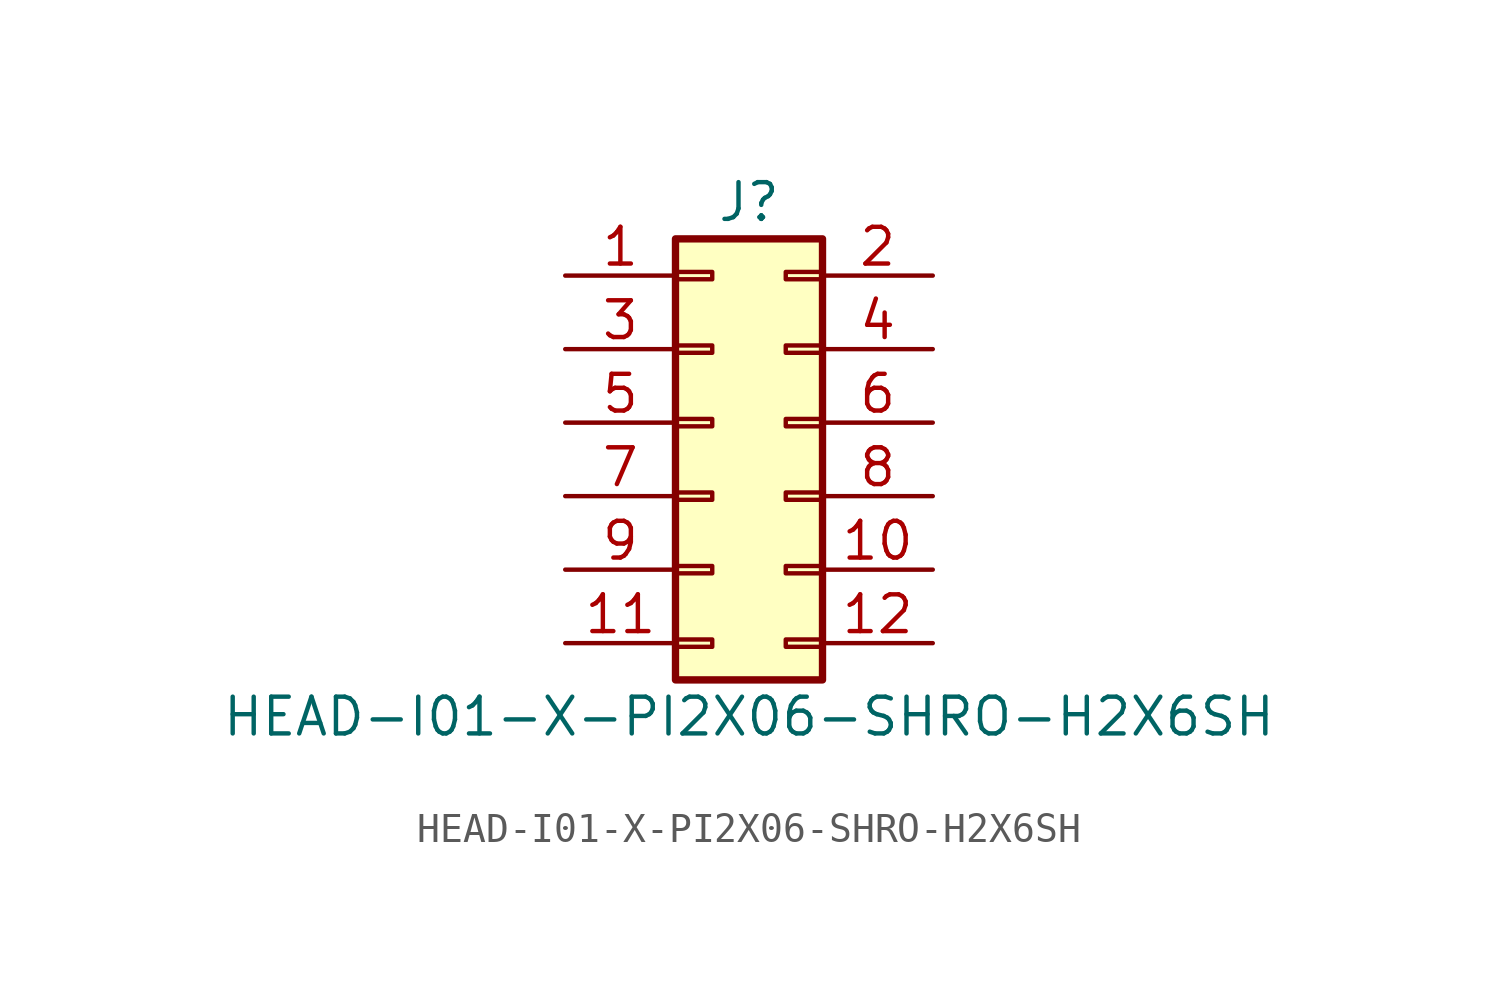
<source format=kicad_sym>
(kicad_symbol_lib
  (version 20211014)
  (generator kicad_symbol_editor)
  (symbol "HEAD-I01-X-PI2X06-SHRO-H2X6SH"
    (pin_names
      (offset 1.016) hide)
    (property "Reference" "J"
      (at 1.27 7.62 0)
      (effects (font (size 1.27 1.27))))
    (property "Value" "HEAD-I01-X-PI2X06-SHRO-H2X6SH"
      (at 1.27 -10.16 0)
      (effects (font (size 1.27 1.27))))
    (symbol "HEAD-I01-X-PI2X06-SHRO-H2X6SH_1_1"
      (rectangle (start -1.27 -7.493) (end 0 -7.747) (stroke (width 0.152) (type default) (color 0 0 0 0)) (fill (type none)))
      (rectangle (start -1.27 -4.953) (end 0 -5.207) (stroke (width 0.152) (type default) (color 0 0 0 0)) (fill (type none)))
      (rectangle (start -1.27 -2.413) (end 0 -2.667) (stroke (width 0.152) (type default) (color 0 0 0 0)) (fill (type none)))
      (rectangle (start -1.27 0.127) (end 0 -0.127) (stroke (width 0.152) (type default) (color 0 0 0 0)) (fill (type none)))
      (rectangle (start -1.27 2.667) (end 0 2.413) (stroke (width 0.152) (type default) (color 0 0 0 0)) (fill (type none)))
      (rectangle (start -1.27 5.207) (end 0 4.953) (stroke (width 0.152) (type default) (color 0 0 0 0)) (fill (type none)))
      (rectangle (start -1.27 6.35) (end 3.81 -8.89) (stroke (width 0.254) (type default) (color 0 0 0 0)) (fill (type background)))
      (rectangle (start 3.81 -7.493) (end 2.54 -7.747) (stroke (width 0.152) (type default) (color 0 0 0 0)) (fill (type none)))
      (rectangle (start 3.81 -4.953) (end 2.54 -5.207) (stroke (width 0.152) (type default) (color 0 0 0 0)) (fill (type none)))
      (rectangle (start 3.81 -2.413) (end 2.54 -2.667) (stroke (width 0.152) (type default) (color 0 0 0 0)) (fill (type none)))
      (rectangle (start 3.81 0.127) (end 2.54 -0.127) (stroke (width 0.152) (type default) (color 0 0 0 0)) (fill (type none)))
      (rectangle (start 3.81 2.667) (end 2.54 2.413) (stroke (width 0.152) (type default) (color 0 0 0 0)) (fill (type none)))
      (rectangle (start 3.81 5.207) (end 2.54 4.953) (stroke (width 0.152) (type default) (color 0 0 0 0)) (fill (type none)))
      (pin passive line (at -5.08 5.08 0) (length 3.81) (name "Pin_1" (effects (font (size 1.27 1.27)))) (number "1" (effects (font (size 1.27 1.27)))))
      (pin passive line (at 7.62 -5.08 180) (length 3.81) (name "Pin_10" (effects (font (size 1.27 1.27)))) (number "10" (effects (font (size 1.27 1.27)))))
      (pin passive line (at -5.08 -7.62 0) (length 3.81) (name "Pin_11" (effects (font (size 1.27 1.27)))) (number "11" (effects (font (size 1.27 1.27)))))
      (pin passive line (at 7.62 -7.62 180) (length 3.81) (name "Pin_12" (effects (font (size 1.27 1.27)))) (number "12" (effects (font (size 1.27 1.27)))))
      (pin passive line (at 7.62 5.08 180) (length 3.81) (name "Pin_2" (effects (font (size 1.27 1.27)))) (number "2" (effects (font (size 1.27 1.27)))))
      (pin passive line (at -5.08 2.54 0) (length 3.81) (name "Pin_3" (effects (font (size 1.27 1.27)))) (number "3" (effects (font (size 1.27 1.27)))))
      (pin passive line (at 7.62 2.54 180) (length 3.81) (name "Pin_4" (effects (font (size 1.27 1.27)))) (number "4" (effects (font (size 1.27 1.27)))))
      (pin passive line (at -5.08 0 0) (length 3.81) (name "Pin_5" (effects (font (size 1.27 1.27)))) (number "5" (effects (font (size 1.27 1.27)))))
      (pin passive line (at 7.62 0 180) (length 3.81) (name "Pin_6" (effects (font (size 1.27 1.27)))) (number "6" (effects (font (size 1.27 1.27)))))
      (pin passive line (at -5.08 -2.54 0) (length 3.81) (name "Pin_7" (effects (font (size 1.27 1.27)))) (number "7" (effects (font (size 1.27 1.27)))))
      (pin passive line (at 7.62 -2.54 180) (length 3.81) (name "Pin_8" (effects (font (size 1.27 1.27)))) (number "8" (effects (font (size 1.27 1.27)))))
      (pin passive line (at -5.08 -5.08 0) (length 3.81) (name "Pin_9" (effects (font (size 1.27 1.27)))) (number "9" (effects (font (size 1.27 1.27))))))))
</source>
